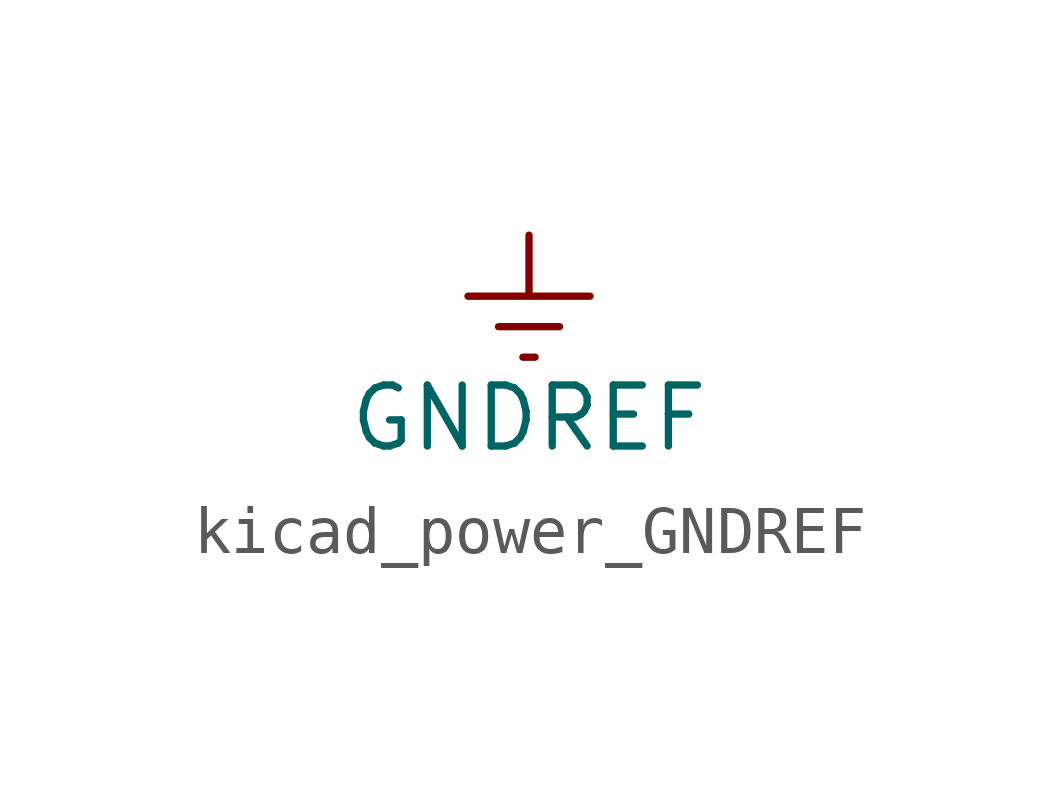
<source format=kicad_sym>
(kicad_symbol_lib
  (version 20220914)
  (generator kicad_symbol_editor)
  (symbol "kicad_power_GNDREF"
    (power)
    (pin_names
      (offset 0))
    (property "Reference" "#PWR"
      (at 0 -6.35 0)
      (effects (font (size 1.27 1.27)) hide))
    (property "Value" "GNDREF"
      (at 0 -3.81 0)
      (effects (font (size 1.27 1.27))))
    (symbol "kicad_power_GNDREF_0_1"
      (polyline (pts (xy -0.635 -1.905) (xy 0.635 -1.905)) (stroke (width 0) (type default)) (fill (type none)))
      (polyline (pts (xy -0.127 -2.54) (xy 0.127 -2.54)) (stroke (width 0) (type default)) (fill (type none)))
      (polyline (pts (xy 0 -1.27) (xy 0 0)) (stroke (width 0) (type default)) (fill (type none)))
      (polyline (pts (xy 1.27 -1.27) (xy -1.27 -1.27)) (stroke (width 0) (type default)) (fill (type none))))
    (symbol "kicad_power_GNDREF_1_1"
      (pin power_in line (at 0 0 270) (length 0) hide (name "GNDREF" (effects (font (size 1.27 1.27)))) (number "1" (effects (font (size 1.27 1.27))))))))
</source>
